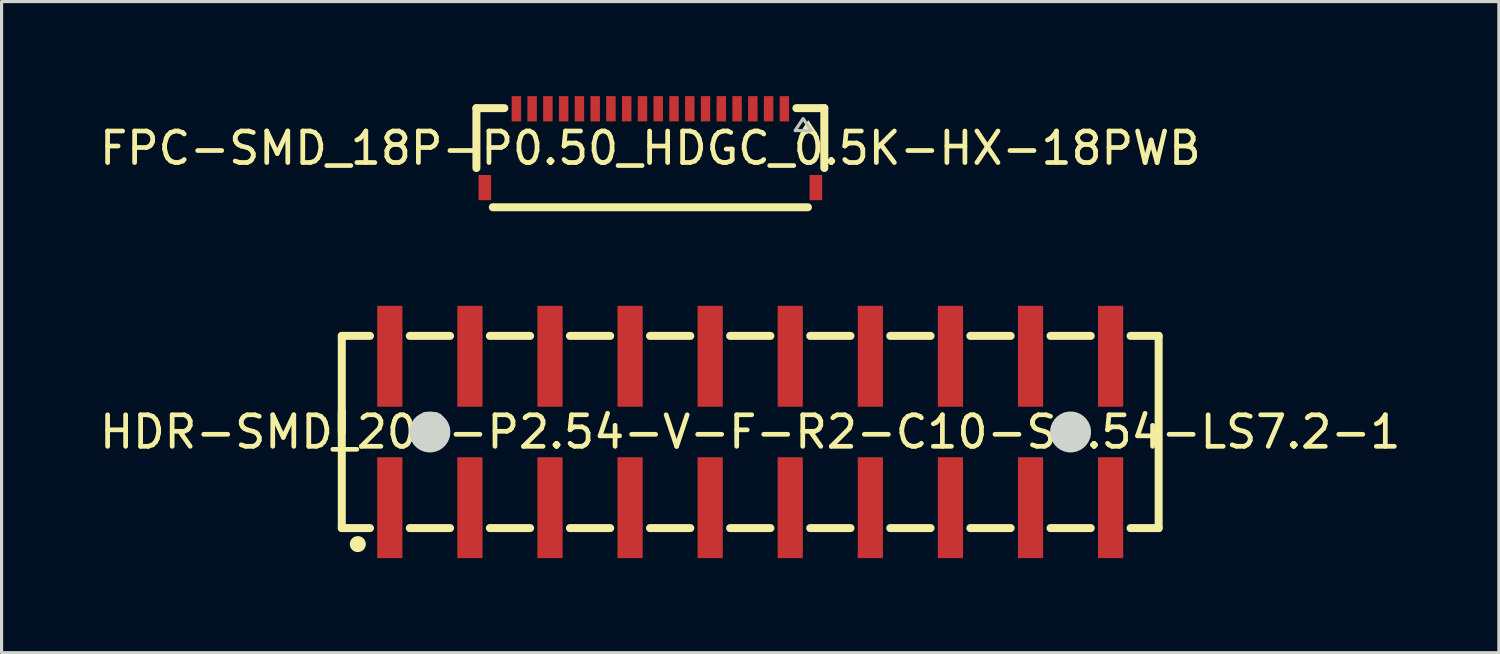
<source format=kicad_pcb>
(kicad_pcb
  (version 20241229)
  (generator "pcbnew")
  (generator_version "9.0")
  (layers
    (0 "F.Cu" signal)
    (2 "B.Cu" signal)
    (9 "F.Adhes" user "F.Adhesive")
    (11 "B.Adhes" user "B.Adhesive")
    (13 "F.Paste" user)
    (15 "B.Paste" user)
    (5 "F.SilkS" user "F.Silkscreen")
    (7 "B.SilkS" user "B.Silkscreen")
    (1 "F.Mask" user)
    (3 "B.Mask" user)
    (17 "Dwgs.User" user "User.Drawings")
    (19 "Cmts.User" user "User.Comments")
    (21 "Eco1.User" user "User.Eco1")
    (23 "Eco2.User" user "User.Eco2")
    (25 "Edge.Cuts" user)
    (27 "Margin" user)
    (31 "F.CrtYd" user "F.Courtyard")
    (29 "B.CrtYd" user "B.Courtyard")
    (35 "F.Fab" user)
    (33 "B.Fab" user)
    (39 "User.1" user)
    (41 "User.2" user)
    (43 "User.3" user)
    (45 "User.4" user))
  (footprint "FPC-SMD_18P-P0.50_HDGC_0.5K-HX-18PWB"
    (layer "F.Cu")
    (at 17.577 1.65)
    (property "Reference" "FPC-SMD_18P-P0.50_HDGC_0.5K-HX-18PWB" (at 0 0 0) (layer "F.SilkS") (effects (font (size 1 1) (thickness 0.15))))
    (fp_line (start -5.517 -1.27) (end -5.517 0.629) (stroke (width 0.254) (type default)) (layer "F.SilkS"))
    (fp_line (start -4.631 -1.27) (end -5.517 -1.27) (stroke (width 0.254) (type default)) (layer "F.SilkS"))
    (fp_line (start 4.631 -1.27) (end 5.517 -1.27) (stroke (width 0.254) (type default)) (layer "F.SilkS"))
    (fp_line (start 4.997 1.873) (end -4.997 1.873) (stroke (width 0.254) (type default)) (layer "F.SilkS"))
    (fp_line (start 5.517 -1.27) (end 5.517 0.629) (stroke (width 0.254) (type default)) (layer "F.SilkS"))
    (fp_poly (pts (xy 5.009 -0.889) (xy 4.755 -0.508) (xy 5.263 -0.508)) (stroke (width 0) (type default)) (fill yes) (layer "F.SilkS"))
    (fp_poly (pts (xy 4.844 -0.94) (xy 4.59 -0.559) (xy 5.098 -0.559)) (stroke (width 0.1) (type default)) (fill no) (layer "Dwgs.User"))
    (fp_poly (pts (xy -5.325 1) (xy -5.175 1) (xy -5.175 1.5) (xy -5.325 1.5)) (stroke (width 0.1) (type default)) (fill no) (layer "User.1"))
    (fp_poly (pts (xy -4.325 -1.53) (xy -4.175 -1.53) (xy -4.175 -1.03) (xy -4.325 -1.03)) (stroke (width 0.1) (type default)) (fill no) (layer "User.1"))
    (fp_poly (pts (xy -3.825 -1.53) (xy -3.675 -1.53) (xy -3.675 -1.03) (xy -3.825 -1.03)) (stroke (width 0.1) (type default)) (fill no) (layer "User.1"))
    (fp_poly (pts (xy -3.325 -1.53) (xy -3.175 -1.53) (xy -3.175 -1.03) (xy -3.325 -1.03)) (stroke (width 0.1) (type default)) (fill no) (layer "User.1"))
    (fp_poly (pts (xy -2.825 -1.53) (xy -2.675 -1.53) (xy -2.675 -1.03) (xy -2.825 -1.03)) (stroke (width 0.1) (type default)) (fill no) (layer "User.1"))
    (fp_poly (pts (xy -2.325 -1.53) (xy -2.175 -1.53) (xy -2.175 -1.03) (xy -2.325 -1.03)) (stroke (width 0.1) (type default)) (fill no) (layer "User.1"))
    (fp_poly (pts (xy -1.825 -1.53) (xy -1.675 -1.53) (xy -1.675 -1.03) (xy -1.825 -1.03)) (stroke (width 0.1) (type default)) (fill no) (layer "User.1"))
    (fp_poly (pts (xy -1.325 -1.53) (xy -1.175 -1.53) (xy -1.175 -1.03) (xy -1.325 -1.03)) (stroke (width 0.1) (type default)) (fill no) (layer "User.1"))
    (fp_poly (pts (xy -0.825 -1.53) (xy -0.675 -1.53) (xy -0.675 -1.03) (xy -0.825 -1.03)) (stroke (width 0.1) (type default)) (fill no) (layer "User.1"))
    (fp_poly (pts (xy -0.325 -1.53) (xy -0.175 -1.53) (xy -0.175 -1.03) (xy -0.325 -1.03)) (stroke (width 0.1) (type default)) (fill no) (layer "User.1"))
    (fp_poly (pts (xy 0.175 -1.53) (xy 0.325 -1.53) (xy 0.325 -1.03) (xy 0.175 -1.03)) (stroke (width 0.1) (type default)) (fill no) (layer "User.1"))
    (fp_poly (pts (xy 0.675 -1.53) (xy 0.825 -1.53) (xy 0.825 -1.03) (xy 0.675 -1.03)) (stroke (width 0.1) (type default)) (fill no) (layer "User.1"))
    (fp_poly (pts (xy 1.175 -1.53) (xy 1.325 -1.53) (xy 1.325 -1.03) (xy 1.175 -1.03)) (stroke (width 0.1) (type default)) (fill no) (layer "User.1"))
    (fp_poly (pts (xy 1.675 -1.53) (xy 1.825 -1.53) (xy 1.825 -1.03) (xy 1.675 -1.03)) (stroke (width 0.1) (type default)) (fill no) (layer "User.1"))
    (fp_poly (pts (xy 2.175 -1.53) (xy 2.325 -1.53) (xy 2.325 -1.03) (xy 2.175 -1.03)) (stroke (width 0.1) (type default)) (fill no) (layer "User.1"))
    (fp_poly (pts (xy 2.675 -1.53) (xy 2.825 -1.53) (xy 2.825 -1.03) (xy 2.675 -1.03)) (stroke (width 0.1) (type default)) (fill no) (layer "User.1"))
    (fp_poly (pts (xy 3.175 -1.53) (xy 3.325 -1.53) (xy 3.325 -1.03) (xy 3.175 -1.03)) (stroke (width 0.1) (type default)) (fill no) (layer "User.1"))
    (fp_poly (pts (xy 3.675 -1.53) (xy 3.825 -1.53) (xy 3.825 -1.03) (xy 3.675 -1.03)) (stroke (width 0.1) (type default)) (fill no) (layer "User.1"))
    (fp_poly (pts (xy 4.175 -1.53) (xy 4.325 -1.53) (xy 4.325 -1.03) (xy 4.175 -1.03)) (stroke (width 0.1) (type default)) (fill no) (layer "User.1"))
    (fp_poly (pts (xy 5.175 1) (xy 5.325 1) (xy 5.325 1.5) (xy 5.175 1.5)) (stroke (width 0.1) (type default)) (fill no) (layer "User.1"))
    (fp_line (start -5.5 -1.15) (end 5.5 -1.15) (stroke (width 0.051) (type default)) (layer "User.2"))
    (fp_line (start -5.5 1.75) (end -5.5 -1.15) (stroke (width 0.051) (type default)) (layer "User.2"))
    (fp_line (start 5.5 -1.15) (end 5.5 1.75) (stroke (width 0.051) (type default)) (layer "User.2"))
    (fp_line (start 5.5 1.75) (end -5.5 1.75) (stroke (width 0.051) (type default)) (layer "User.2"))
    (fp_poly (pts (xy 5.555 -1.553) (xy 5.523 -1.585) (xy 5.477 -1.585) (xy 5.445 -1.553) (xy 5.445 -1.507) (xy 5.477 -1.475) (xy 5.523 -1.475) (xy 5.555 -1.507)) (stroke (width 0.1) (type default)) (fill no) (layer "User.3"))
    (pad "1" smd rect (at 4.25 -1.25) (size 0.3 0.8) (layers "F.Cu" "F.Mask" "F.Paste"))
    (pad "2" smd rect (at 3.75 -1.25) (size 0.3 0.8) (layers "F.Cu" "F.Mask" "F.Paste"))
    (pad "3" smd rect (at 3.25 -1.25) (size 0.3 0.8) (layers "F.Cu" "F.Mask" "F.Paste"))
    (pad "4" smd rect (at 2.75 -1.25) (size 0.3 0.8) (layers "F.Cu" "F.Mask" "F.Paste"))
    (pad "5" smd rect (at 2.25 -1.25) (size 0.3 0.8) (layers "F.Cu" "F.Mask" "F.Paste"))
    (pad "6" smd rect (at 1.75 -1.25) (size 0.3 0.8) (layers "F.Cu" "F.Mask" "F.Paste"))
    (pad "7" smd rect (at 1.25 -1.25) (size 0.3 0.8) (layers "F.Cu" "F.Mask" "F.Paste"))
    (pad "8" smd rect (at 0.75 -1.25) (size 0.3 0.8) (layers "F.Cu" "F.Mask" "F.Paste"))
    (pad "9" smd rect (at 0.25 -1.25) (size 0.3 0.8) (layers "F.Cu" "F.Mask" "F.Paste"))
    (pad "10" smd rect (at -0.25 -1.25) (size 0.3 0.8) (layers "F.Cu" "F.Mask" "F.Paste"))
    (pad "11" smd rect (at -0.75 -1.25) (size 0.3 0.8) (layers "F.Cu" "F.Mask" "F.Paste"))
    (pad "12" smd rect (at -1.25 -1.25) (size 0.3 0.8) (layers "F.Cu" "F.Mask" "F.Paste"))
    (pad "13" smd rect (at -1.75 -1.25) (size 0.3 0.8) (layers "F.Cu" "F.Mask" "F.Paste"))
    (pad "14" smd rect (at -2.25 -1.25) (size 0.3 0.8) (layers "F.Cu" "F.Mask" "F.Paste"))
    (pad "15" smd rect (at -2.75 -1.25) (size 0.3 0.8) (layers "F.Cu" "F.Mask" "F.Paste"))
    (pad "16" smd rect (at -3.25 -1.25) (size 0.3 0.8) (layers "F.Cu" "F.Mask" "F.Paste"))
    (pad "17" smd rect (at -3.75 -1.25) (size 0.3 0.8) (layers "F.Cu" "F.Mask" "F.Paste"))
    (pad "18" smd rect (at -4.25 -1.25) (size 0.3 0.8) (layers "F.Cu" "F.Mask" "F.Paste"))
    (pad "19" smd rect (at -5.25 1.25) (size 0.4 0.8) (layers "F.Cu" "F.Mask" "F.Paste"))
    (pad "20" smd rect (at 5.25 1.25) (size 0.4 0.8) (layers "F.Cu" "F.Mask" "F.Paste")))
  (footprint "HDR-SMD_20P-P2.54-V-F-R2-C10-S2.54-LS7.2-1"
    (layer "F.Cu")
    (at 20.744 10.651)
    (property "Reference" "HDR-SMD_20P-P2.54-V-F-R2-C10-S2.54-LS7.2-1" (at 0 0 0) (layer "F.SilkS") (effects (font (size 1 1) (thickness 0.15))))
    (fp_line (start -12.954 -3.048) (end -12.06 -3.048) (stroke (width 0.254) (type default)) (layer "F.SilkS"))
    (fp_line (start -12.954 0) (end -12.954 -3.048) (stroke (width 0.254) (type default)) (layer "F.SilkS"))
    (fp_line (start -12.954 3.048) (end -12.954 -0.645) (stroke (width 0.254) (type default)) (layer "F.SilkS"))
    (fp_line (start -12.06 3.048) (end -12.954 3.048) (stroke (width 0.254) (type default)) (layer "F.SilkS"))
    (fp_line (start -10.797 -3.048) (end -9.52 -3.048) (stroke (width 0.254) (type default)) (layer "F.SilkS"))
    (fp_line (start -9.52 3.048) (end -10.797 3.048) (stroke (width 0.254) (type default)) (layer "F.SilkS"))
    (fp_line (start -8.258 -3.048) (end -6.98 -3.048) (stroke (width 0.254) (type default)) (layer "F.SilkS"))
    (fp_line (start -6.98 3.048) (end -8.258 3.048) (stroke (width 0.254) (type default)) (layer "F.SilkS"))
    (fp_line (start -5.718 -3.048) (end -4.44 -3.048) (stroke (width 0.254) (type default)) (layer "F.SilkS"))
    (fp_line (start -4.44 3.048) (end -5.718 3.048) (stroke (width 0.254) (type default)) (layer "F.SilkS"))
    (fp_line (start -3.178 -3.048) (end -1.9 -3.048) (stroke (width 0.254) (type default)) (layer "F.SilkS"))
    (fp_line (start -1.9 3.048) (end -3.178 3.048) (stroke (width 0.254) (type default)) (layer "F.SilkS"))
    (fp_line (start -0.637 -3.048) (end 0.64 -3.048) (stroke (width 0.254) (type default)) (layer "F.SilkS"))
    (fp_line (start 0.64 3.048) (end -0.637 3.048) (stroke (width 0.254) (type default)) (layer "F.SilkS"))
    (fp_line (start 1.903 -3.048) (end 3.18 -3.048) (stroke (width 0.254) (type default)) (layer "F.SilkS"))
    (fp_line (start 3.18 3.048) (end 1.903 3.048) (stroke (width 0.254) (type default)) (layer "F.SilkS"))
    (fp_line (start 4.442 -3.048) (end 5.72 -3.048) (stroke (width 0.254) (type default)) (layer "F.SilkS"))
    (fp_line (start 5.72 3.048) (end 4.442 3.048) (stroke (width 0.254) (type default)) (layer "F.SilkS"))
    (fp_line (start 6.982 -3.048) (end 8.26 -3.048) (stroke (width 0.254) (type default)) (layer "F.SilkS"))
    (fp_line (start 8.26 3.048) (end 6.982 3.048) (stroke (width 0.254) (type default)) (layer "F.SilkS"))
    (fp_line (start 9.523 -3.048) (end 10.8 -3.048) (stroke (width 0.254) (type default)) (layer "F.SilkS"))
    (fp_line (start 10.8 3.048) (end 9.523 3.048) (stroke (width 0.254) (type default)) (layer "F.SilkS"))
    (fp_line (start 12.062 -3.048) (end 12.954 -3.048) (stroke (width 0.254) (type default)) (layer "F.SilkS"))
    (fp_line (start 12.954 -3.048) (end 12.954 3.048) (stroke (width 0.254) (type default)) (layer "F.SilkS"))
    (fp_line (start 12.954 3.048) (end 12.062 3.048) (stroke (width 0.254) (type default)) (layer "F.SilkS"))
    (fp_circle (center -12.446 3.556) (end -12.319 3.556) (stroke (width 0.254) (type default)) (fill no) (layer "F.SilkS"))
    (fp_poly (pts (xy -9.513 -0.064) (xy -9.538 -0.189) (xy -9.587 -0.306) (xy -9.658 -0.412) (xy -9.748 -0.502) (xy -9.854 -0.573) (xy -9.971 -0.622) (xy -10.096 -0.647) (xy -10.224 -0.647) (xy -10.349 -0.622) (xy -10.466 -0.573) (xy -10.572 -0.502) (xy -10.662 -0.412) (xy -10.733 -0.306) (xy -10.782 -0.189) (xy -10.807 -0.064) (xy -10.807 0.064) (xy -10.782 0.189) (xy -10.733 0.306) (xy -10.662 0.412) (xy -10.572 0.502) (xy -10.466 0.573) (xy -10.349 0.622) (xy -10.224 0.647) (xy -10.096 0.647) (xy -9.971 0.622) (xy -9.854 0.573) (xy -9.748 0.502) (xy -9.658 0.412) (xy -9.587 0.306) (xy -9.538 0.189) (xy -9.513 0.064)) (stroke (width 0) (type default)) (fill yes) (layer "Edge.Cuts"))
    (fp_poly (pts (xy 10.807 -0.064) (xy 10.782 -0.189) (xy 10.733 -0.306) (xy 10.662 -0.412) (xy 10.572 -0.502) (xy 10.466 -0.573) (xy 10.349 -0.622) (xy 10.224 -0.647) (xy 10.096 -0.647) (xy 9.971 -0.622) (xy 9.854 -0.573) (xy 9.748 -0.502) (xy 9.658 -0.412) (xy 9.587 -0.306) (xy 9.538 -0.189) (xy 9.513 -0.064) (xy 9.513 0.064) (xy 9.538 0.189) (xy 9.587 0.306) (xy 9.658 0.412) (xy 9.748 0.502) (xy 9.854 0.573) (xy 9.971 0.622) (xy 10.096 0.647) (xy 10.224 0.647) (xy 10.349 0.622) (xy 10.466 0.573) (xy 10.572 0.502) (xy 10.662 0.412) (xy 10.733 0.306) (xy 10.782 0.189) (xy 10.807 0.064)) (stroke (width 0) (type default)) (fill yes) (layer "Edge.Cuts"))
    (fp_poly (pts (xy -11.679 -3.551) (xy -11.181 -3.551) (xy -11.181 -1.351) (xy -11.679 -1.351)) (stroke (width 0.1) (type default)) (fill no) (layer "User.1"))
    (fp_poly (pts (xy -11.679 1.351) (xy -11.181 1.351) (xy -11.181 3.551) (xy -11.679 3.551)) (stroke (width 0.1) (type default)) (fill no) (layer "User.1"))
    (fp_poly (pts (xy -9.139 -3.551) (xy -8.641 -3.551) (xy -8.641 -1.351) (xy -9.139 -1.351)) (stroke (width 0.1) (type default)) (fill no) (layer "User.1"))
    (fp_poly (pts (xy -9.139 1.351) (xy -8.641 1.351) (xy -8.641 3.551) (xy -9.139 3.551)) (stroke (width 0.1) (type default)) (fill no) (layer "User.1"))
    (fp_poly (pts (xy -6.599 -3.551) (xy -6.101 -3.551) (xy -6.101 -1.351) (xy -6.599 -1.351)) (stroke (width 0.1) (type default)) (fill no) (layer "User.1"))
    (fp_poly (pts (xy -6.599 1.351) (xy -6.101 1.351) (xy -6.101 3.551) (xy -6.599 3.551)) (stroke (width 0.1) (type default)) (fill no) (layer "User.1"))
    (fp_poly (pts (xy -4.059 -3.551) (xy -3.561 -3.551) (xy -3.561 -1.351) (xy -4.059 -1.351)) (stroke (width 0.1) (type default)) (fill no) (layer "User.1"))
    (fp_poly (pts (xy -4.059 1.351) (xy -3.561 1.351) (xy -3.561 3.551) (xy -4.059 3.551)) (stroke (width 0.1) (type default)) (fill no) (layer "User.1"))
    (fp_poly (pts (xy -1.519 -3.551) (xy -1.021 -3.551) (xy -1.021 -1.351) (xy -1.519 -1.351)) (stroke (width 0.1) (type default)) (fill no) (layer "User.1"))
    (fp_poly (pts (xy -1.519 1.351) (xy -1.021 1.351) (xy -1.021 3.551) (xy -1.519 3.551)) (stroke (width 0.1) (type default)) (fill no) (layer "User.1"))
    (fp_poly (pts (xy 1.021 -3.551) (xy 1.519 -3.551) (xy 1.519 -1.351) (xy 1.021 -1.351)) (stroke (width 0.1) (type default)) (fill no) (layer "User.1"))
    (fp_poly (pts (xy 1.021 1.351) (xy 1.519 1.351) (xy 1.519 3.551) (xy 1.021 3.551)) (stroke (width 0.1) (type default)) (fill no) (layer "User.1"))
    (fp_poly (pts (xy 3.561 -3.551) (xy 4.059 -3.551) (xy 4.059 -1.351) (xy 3.561 -1.351)) (stroke (width 0.1) (type default)) (fill no) (layer "User.1"))
    (fp_poly (pts (xy 3.561 1.351) (xy 4.059 1.351) (xy 4.059 3.551) (xy 3.561 3.551)) (stroke (width 0.1) (type default)) (fill no) (layer "User.1"))
    (fp_poly (pts (xy 6.101 -3.551) (xy 6.599 -3.551) (xy 6.599 -1.351) (xy 6.101 -1.351)) (stroke (width 0.1) (type default)) (fill no) (layer "User.1"))
    (fp_poly (pts (xy 6.101 1.351) (xy 6.599 1.351) (xy 6.599 3.551) (xy 6.101 3.551)) (stroke (width 0.1) (type default)) (fill no) (layer "User.1"))
    (fp_poly (pts (xy 8.641 -3.551) (xy 9.139 -3.551) (xy 9.139 -1.351) (xy 8.641 -1.351)) (stroke (width 0.1) (type default)) (fill no) (layer "User.1"))
    (fp_poly (pts (xy 8.641 1.351) (xy 9.139 1.351) (xy 9.139 3.551) (xy 8.641 3.551)) (stroke (width 0.1) (type default)) (fill no) (layer "User.1"))
    (fp_poly (pts (xy 11.181 -3.551) (xy 11.679 -3.551) (xy 11.679 -1.351) (xy 11.181 -1.351)) (stroke (width 0.1) (type default)) (fill no) (layer "User.1"))
    (fp_poly (pts (xy 11.181 1.351) (xy 11.679 1.351) (xy 11.679 3.551) (xy 11.181 3.551)) (stroke (width 0.1) (type default)) (fill no) (layer "User.1"))
    (fp_line (start -12.9 -2.999) (end 12.9 -2.999) (stroke (width 0.051) (type default)) (layer "User.2"))
    (fp_line (start -12.9 2.999) (end -12.9 -2.999) (stroke (width 0.051) (type default)) (layer "User.2"))
    (fp_line (start 12.9 -2.999) (end 12.9 2.999) (stroke (width 0.051) (type default)) (layer "User.2"))
    (fp_line (start 12.9 2.999) (end -12.9 2.999) (stroke (width 0.051) (type default)) (layer "User.2"))
    (fp_poly (pts (xy -12.844 3.528) (xy -12.877 3.495) (xy -12.924 3.495) (xy -12.957 3.528) (xy -12.957 3.574) (xy -12.924 3.607) (xy -12.877 3.607) (xy -12.844 3.574)) (stroke (width 0.1) (type default)) (fill no) (layer "User.3"))
    (pad "1" smd rect (at -11.43 2.401) (size 0.8 3.2) (layers "F.Cu" "F.Mask" "F.Paste"))
    (pad "2" smd rect (at -11.43 -2.401) (size 0.8 3.2) (layers "F.Cu" "F.Mask" "F.Paste"))
    (pad "3" smd rect (at -8.89 2.401) (size 0.8 3.2) (layers "F.Cu" "F.Mask" "F.Paste"))
    (pad "4" smd rect (at -8.89 -2.401) (size 0.8 3.2) (layers "F.Cu" "F.Mask" "F.Paste"))
    (pad "5" smd rect (at -6.35 2.401) (size 0.8 3.2) (layers "F.Cu" "F.Mask" "F.Paste"))
    (pad "6" smd rect (at -6.35 -2.401) (size 0.8 3.2) (layers "F.Cu" "F.Mask" "F.Paste"))
    (pad "7" smd rect (at -3.81 2.401) (size 0.8 3.2) (layers "F.Cu" "F.Mask" "F.Paste"))
    (pad "8" smd rect (at -3.81 -2.401) (size 0.8 3.2) (layers "F.Cu" "F.Mask" "F.Paste"))
    (pad "9" smd rect (at -1.27 2.401) (size 0.8 3.2) (layers "F.Cu" "F.Mask" "F.Paste"))
    (pad "10" smd rect (at -1.27 -2.401) (size 0.8 3.2) (layers "F.Cu" "F.Mask" "F.Paste"))
    (pad "11" smd rect (at 1.27 2.401) (size 0.8 3.2) (layers "F.Cu" "F.Mask" "F.Paste"))
    (pad "12" smd rect (at 1.27 -2.401) (size 0.8 3.2) (layers "F.Cu" "F.Mask" "F.Paste"))
    (pad "13" smd rect (at 3.81 2.401) (size 0.8 3.2) (layers "F.Cu" "F.Mask" "F.Paste"))
    (pad "14" smd rect (at 3.81 -2.401) (size 0.8 3.2) (layers "F.Cu" "F.Mask" "F.Paste"))
    (pad "15" smd rect (at 6.35 2.401) (size 0.8 3.2) (layers "F.Cu" "F.Mask" "F.Paste"))
    (pad "16" smd rect (at 6.35 -2.401) (size 0.8 3.2) (layers "F.Cu" "F.Mask" "F.Paste"))
    (pad "17" smd rect (at 8.89 2.401) (size 0.8 3.2) (layers "F.Cu" "F.Mask" "F.Paste"))
    (pad "18" smd rect (at 8.89 -2.401) (size 0.8 3.2) (layers "F.Cu" "F.Mask" "F.Paste"))
    (pad "19" smd rect (at 11.43 2.401) (size 0.8 3.2) (layers "F.Cu" "F.Mask" "F.Paste"))
    (pad "20" smd rect (at 11.43 -2.401) (size 0.8 3.2) (layers "F.Cu" "F.Mask" "F.Paste")))
  (gr_rect
    (start -3 -3)
    (end 44.488 17.651)
    (stroke (width 0.1) (type default))
    (fill no)
    (layer "Edge.Cuts")))
</source>
